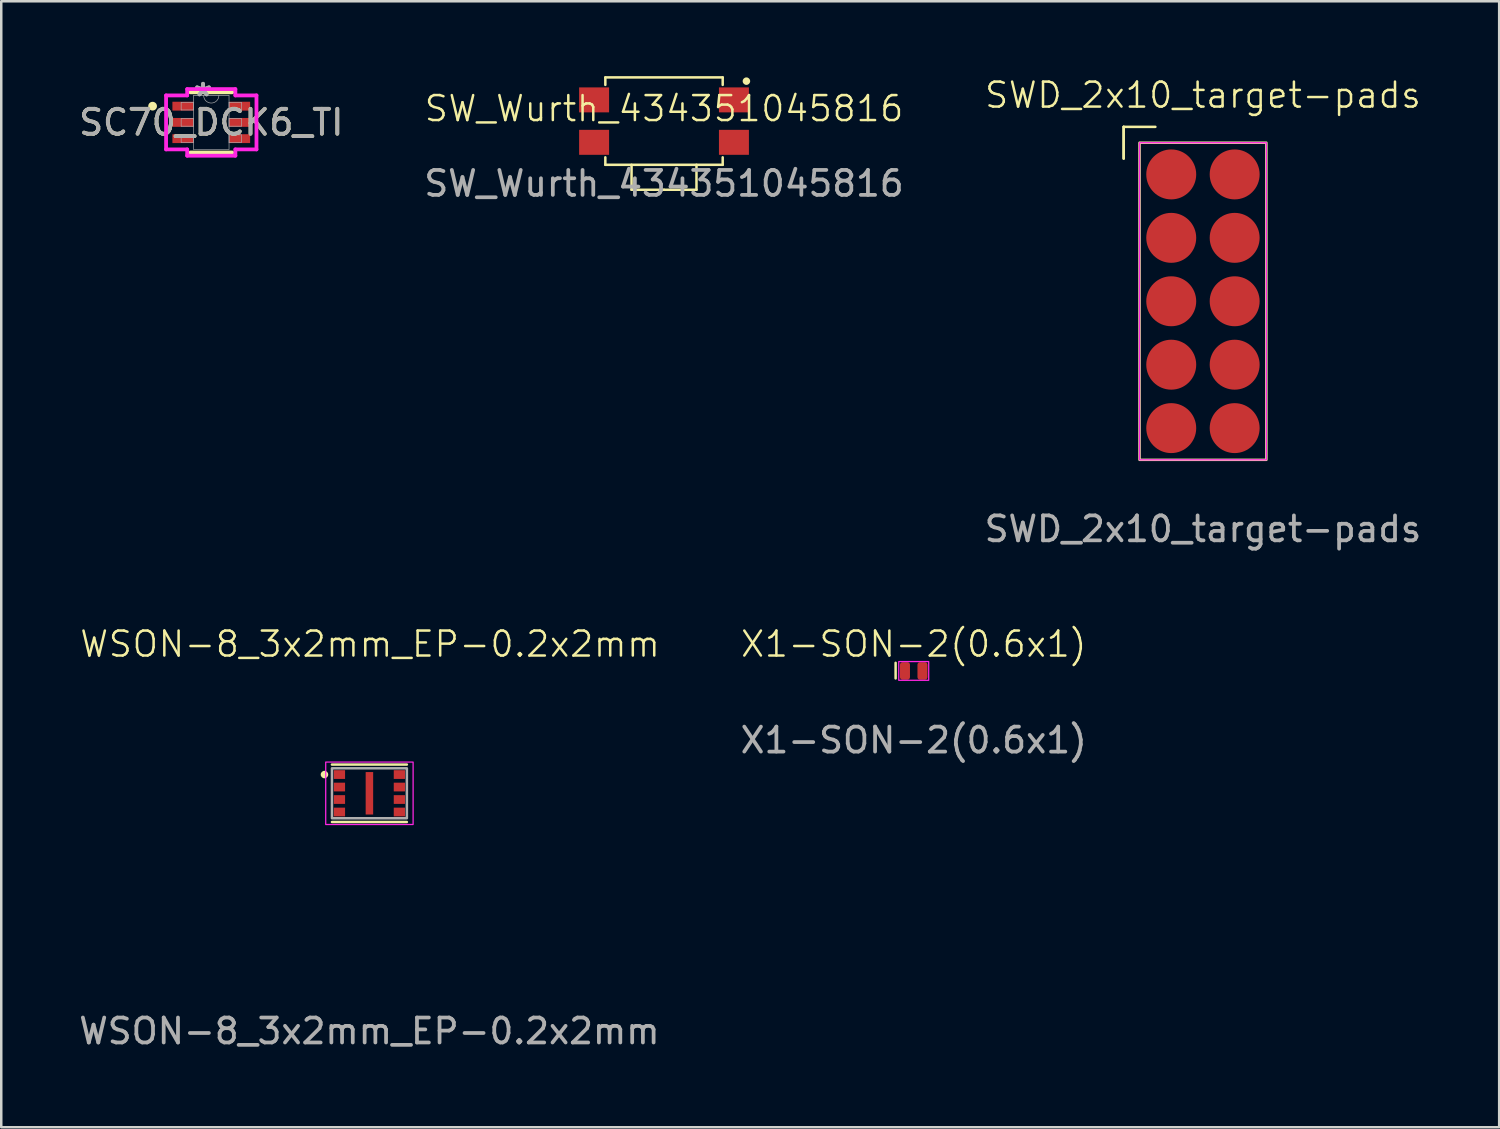
<source format=kicad_pcb>
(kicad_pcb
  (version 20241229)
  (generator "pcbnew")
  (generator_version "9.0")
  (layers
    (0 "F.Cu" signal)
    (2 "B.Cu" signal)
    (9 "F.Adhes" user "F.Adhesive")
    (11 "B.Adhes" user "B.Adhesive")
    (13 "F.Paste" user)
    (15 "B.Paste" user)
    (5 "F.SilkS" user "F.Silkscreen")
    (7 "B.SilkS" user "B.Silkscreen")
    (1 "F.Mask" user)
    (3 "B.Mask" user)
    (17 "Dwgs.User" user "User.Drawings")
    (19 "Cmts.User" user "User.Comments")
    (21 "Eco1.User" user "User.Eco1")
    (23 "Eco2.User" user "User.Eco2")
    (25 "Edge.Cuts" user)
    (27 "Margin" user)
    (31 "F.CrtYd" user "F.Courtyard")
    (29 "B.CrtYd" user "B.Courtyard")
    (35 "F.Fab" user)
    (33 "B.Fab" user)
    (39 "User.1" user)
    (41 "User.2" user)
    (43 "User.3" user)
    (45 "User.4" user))
  (footprint "SC70_DCK6_TI"
    (layer "F.Cu")
    (at 5.411 1.852)
    (property "Reference" "SC70_DCK6_TI" (at 0 0 0) (unlocked yes) (layer "F.SilkS") (effects (font (size 1 1) (thickness 0.15))))
    (attr smd)
    (fp_line (start -0.838 1.206) (end 0.838 1.206) (stroke (width 0.152) (type solid)) (layer "F.SilkS"))
    (fp_line (start 0.838 -1.206) (end -0.838 -1.206) (stroke (width 0.152) (type solid)) (layer "F.SilkS"))
    (fp_circle (center -2.35 -0.65) (end -2.225 -0.65) (stroke (width 0.1) (type solid)) (fill yes) (layer "F.SilkS"))
    (fp_line (start -1.81 -1.081) (end -0.965 -1.081) (stroke (width 0.152) (type solid)) (layer "F.CrtYd"))
    (fp_line (start -1.81 1.081) (end -1.81 -1.081) (stroke (width 0.152) (type solid)) (layer "F.CrtYd"))
    (fp_line (start -1.81 1.081) (end -0.965 1.081) (stroke (width 0.152) (type solid)) (layer "F.CrtYd"))
    (fp_line (start -0.965 -1.333) (end 0.965 -1.333) (stroke (width 0.152) (type solid)) (layer "F.CrtYd"))
    (fp_line (start -0.965 -1.081) (end -0.965 -1.333) (stroke (width 0.152) (type solid)) (layer "F.CrtYd"))
    (fp_line (start -0.965 1.333) (end -0.965 1.081) (stroke (width 0.152) (type solid)) (layer "F.CrtYd"))
    (fp_line (start 0.965 -1.333) (end 0.965 -1.081) (stroke (width 0.152) (type solid)) (layer "F.CrtYd"))
    (fp_line (start 0.965 1.081) (end 0.965 1.333) (stroke (width 0.152) (type solid)) (layer "F.CrtYd"))
    (fp_line (start 0.965 1.333) (end -0.965 1.333) (stroke (width 0.152) (type solid)) (layer "F.CrtYd"))
    (fp_line (start 1.81 -1.081) (end 0.965 -1.081) (stroke (width 0.152) (type solid)) (layer "F.CrtYd"))
    (fp_line (start 1.81 -1.081) (end 1.81 1.081) (stroke (width 0.152) (type solid)) (layer "F.CrtYd"))
    (fp_line (start 1.81 1.081) (end 0.965 1.081) (stroke (width 0.152) (type solid)) (layer "F.CrtYd"))
    (fp_line (start -1.206 -0.802) (end -1.206 -0.498) (stroke (width 0.025) (type solid)) (layer "F.Fab"))
    (fp_line (start -1.206 -0.498) (end -0.711 -0.498) (stroke (width 0.025) (type solid)) (layer "F.Fab"))
    (fp_line (start -1.206 -0.152) (end -1.206 0.152) (stroke (width 0.025) (type solid)) (layer "F.Fab"))
    (fp_line (start -1.206 0.152) (end -0.711 0.152) (stroke (width 0.025) (type solid)) (layer "F.Fab"))
    (fp_line (start -1.206 0.498) (end -1.206 0.802) (stroke (width 0.025) (type solid)) (layer "F.Fab"))
    (fp_line (start -1.206 0.802) (end -0.711 0.802) (stroke (width 0.025) (type solid)) (layer "F.Fab"))
    (fp_line (start -0.711 -1.079) (end -0.711 1.079) (stroke (width 0.025) (type solid)) (layer "F.Fab"))
    (fp_line (start -0.711 -0.802) (end -1.206 -0.802) (stroke (width 0.025) (type solid)) (layer "F.Fab"))
    (fp_line (start -0.711 -0.498) (end -0.711 -0.802) (stroke (width 0.025) (type solid)) (layer "F.Fab"))
    (fp_line (start -0.711 -0.152) (end -1.206 -0.152) (stroke (width 0.025) (type solid)) (layer "F.Fab"))
    (fp_line (start -0.711 0.152) (end -0.711 -0.152) (stroke (width 0.025) (type solid)) (layer "F.Fab"))
    (fp_line (start -0.711 0.498) (end -1.206 0.498) (stroke (width 0.025) (type solid)) (layer "F.Fab"))
    (fp_line (start -0.711 0.802) (end -0.711 0.498) (stroke (width 0.025) (type solid)) (layer "F.Fab"))
    (fp_line (start -0.711 1.079) (end 0.711 1.079) (stroke (width 0.025) (type solid)) (layer "F.Fab"))
    (fp_line (start 0.711 -1.079) (end -0.711 -1.079) (stroke (width 0.025) (type solid)) (layer "F.Fab"))
    (fp_line (start 0.711 -0.802) (end 0.711 -0.498) (stroke (width 0.025) (type solid)) (layer "F.Fab"))
    (fp_line (start 0.711 -0.498) (end 1.206 -0.498) (stroke (width 0.025) (type solid)) (layer "F.Fab"))
    (fp_line (start 0.711 -0.152) (end 0.711 0.152) (stroke (width 0.025) (type solid)) (layer "F.Fab"))
    (fp_line (start 0.711 0.152) (end 1.206 0.152) (stroke (width 0.025) (type solid)) (layer "F.Fab"))
    (fp_line (start 0.711 0.498) (end 0.711 0.802) (stroke (width 0.025) (type solid)) (layer "F.Fab"))
    (fp_line (start 0.711 0.802) (end 1.206 0.802) (stroke (width 0.025) (type solid)) (layer "F.Fab"))
    (fp_line (start 0.711 1.079) (end 0.711 -1.079) (stroke (width 0.025) (type solid)) (layer "F.Fab"))
    (fp_line (start 1.206 -0.802) (end 0.711 -0.802) (stroke (width 0.025) (type solid)) (layer "F.Fab"))
    (fp_line (start 1.206 -0.498) (end 1.206 -0.802) (stroke (width 0.025) (type solid)) (layer "F.Fab"))
    (fp_line (start 1.206 -0.152) (end 0.711 -0.152) (stroke (width 0.025) (type solid)) (layer "F.Fab"))
    (fp_line (start 1.206 0.152) (end 1.206 -0.152) (stroke (width 0.025) (type solid)) (layer "F.Fab"))
    (fp_line (start 1.206 0.498) (end 0.711 0.498) (stroke (width 0.025) (type solid)) (layer "F.Fab"))
    (fp_line (start 1.206 0.802) (end 1.206 0.498) (stroke (width 0.025) (type solid)) (layer "F.Fab"))
    (fp_arc (start 0.3048 -1.0795) (mid 0 -0.7747) (end -0.3048 -1.0795) (stroke (width 0.0254) (type solid)) (layer "F.Fab"))
    (fp_text user "*" (at -0.33 -1.003 0) (unlocked yes) (layer "F.Fab") (effects (font (size 1 1) (thickness 0.15))))
    (fp_text user "*" (at -0.33 -1.003 0) (layer "F.Fab") (effects (font (size 1 1) (thickness 0.15))))
    (fp_text user "${REFERENCE}" (at 0 0 0) (unlocked yes) (layer "F.Fab") (effects (font (size 1 1) (thickness 0.15))))
    (pad "1" smd rect (at -1.134 -0.65) (size 0.845 0.355) (layers "F.Cu" "F.Mask" "F.Paste"))
    (pad "2" smd rect (at -1.134 0) (size 0.845 0.355) (layers "F.Cu" "F.Mask" "F.Paste"))
    (pad "3" smd rect (at -1.134 0.65) (size 0.845 0.355) (layers "F.Cu" "F.Mask" "F.Paste"))
    (pad "4" smd rect (at 1.134 0.65) (size 0.845 0.355) (layers "F.Cu" "F.Mask" "F.Paste"))
    (pad "5" smd rect (at 1.134 0) (size 0.845 0.355) (layers "F.Cu" "F.Mask" "F.Paste"))
    (pad "6" smd rect (at 1.134 -0.65) (size 0.845 0.355) (layers "F.Cu" "F.Mask" "F.Paste")))
  (footprint "WSON-8_3x2mm_EP-0.2x2mm"
    (layer "F.Cu")
    (at 11.744 28.719)
    (property "Reference" "WSON-8_3x2mm_EP-0.2x2mm" (at 0.025 -5.975 0) (unlocked yes) (layer "F.SilkS") (effects (font (size 1 1) (thickness 0.1))))
    (attr smd)
    (fp_line (start -1.5 -1.15) (end 1.5 -1.15) (stroke (width 0.1) (type default)) (layer "F.SilkS"))
    (fp_line (start -1.5 1.15) (end 1.5 1.15) (stroke (width 0.1) (type default)) (layer "F.SilkS"))
    (fp_circle (center -1.8 -0.75) (end -1.7 -0.75) (stroke (width 0.1) (type solid)) (fill yes) (layer "F.SilkS"))
    (fp_rect (start -1.75 -1.25) (end 1.75 1.25) (stroke (width 0.05) (type default)) (fill no) (layer "F.CrtYd"))
    (fp_rect (start -1.5 -1) (end 1.5 1) (stroke (width 0.1) (type default)) (fill no) (layer "F.Fab"))
    (fp_text user "${REFERENCE}" (at 0 9.525 0) (unlocked yes) (layer "F.Fab") (effects (font (size 1 1) (thickness 0.15))))
    (pad "1" smd rect (at -1.2 -0.75) (size 0.45 0.35) (layers "F.Cu" "F.Mask" "F.Paste"))
    (pad "2" smd rect (at -1.2 -0.25) (size 0.45 0.35) (layers "F.Cu" "F.Mask" "F.Paste"))
    (pad "3" smd rect (at -1.2 0.25) (size 0.45 0.35) (layers "F.Cu" "F.Mask" "F.Paste"))
    (pad "4" smd rect (at -1.2 0.75) (size 0.45 0.35) (layers "F.Cu" "F.Mask" "F.Paste"))
    (pad "5" smd rect (at 1.2 0.75) (size 0.45 0.35) (layers "F.Cu" "F.Mask" "F.Paste"))
    (pad "6" smd rect (at 1.2 0.25) (size 0.45 0.35) (layers "F.Cu" "F.Mask" "F.Paste"))
    (pad "7" smd rect (at 1.2 -0.25) (size 0.45 0.35) (layers "F.Cu" "F.Mask" "F.Paste"))
    (pad "8" smd rect (at 1.2 -0.75) (size 0.45 0.35) (layers "F.Cu" "F.Mask" "F.Paste"))
    (pad "9" smd rect (at 0 0) (size 0.3 1.7) (layers "F.Cu" "F.Mask" "F.Paste")))
  (footprint "SWD_2x10_target-pads"
    (layer "F.Cu")
    (at 45.125 9.015)
    (property "Reference" "SWD_2x10_target-pads" (at 0 -8.255 0) (unlocked yes) (layer "F.SilkS") (effects (font (size 1 1) (thickness 0.1))))
    (attr smd)
    (fp_line (start -3.175 -6.985) (end -3.175 -5.715) (stroke (width 0.1) (type default)) (layer "F.SilkS"))
    (fp_line (start -3.175 -6.985) (end -1.905 -6.985) (stroke (width 0.1) (type default)) (layer "F.SilkS"))
    (fp_line (start -3.175 -5.715) (end -3.175 -6.985) (stroke (width 0.1) (type default)) (layer "F.SilkS"))
    (fp_rect (start -2.54 -6.35) (end 2.54 6.35) (stroke (width 0.1) (type default)) (fill no) (layer "F.SilkS"))
    (fp_rect (start -2.54 -6.35) (end 2.54 6.35) (stroke (width 0.05) (type default)) (fill no) (layer "F.CrtYd"))
    (fp_text user "${REFERENCE}" (at 0 9.12 0) (unlocked yes) (layer "F.Fab") (effects (font (size 1 1) (thickness 0.15))))
    (pad "1" smd circle (at -1.27 -5.08) (size 2 2) (layers "F.Cu" "F.Mask" "F.Paste"))
    (pad "2" smd circle (at 1.27 -5.08) (size 2 2) (layers "F.Cu" "F.Mask" "F.Paste"))
    (pad "3" smd circle (at -1.27 -2.54) (size 2 2) (layers "F.Cu" "F.Mask" "F.Paste"))
    (pad "4" smd circle (at 1.27 -2.54) (size 2 2) (layers "F.Cu" "F.Mask" "F.Paste"))
    (pad "5" smd circle (at -1.27 0) (size 2 2) (layers "F.Cu" "F.Mask" "F.Paste"))
    (pad "6" smd circle (at 1.27 0) (size 2 2) (layers "F.Cu" "F.Mask" "F.Paste"))
    (pad "7" smd circle (at -1.27 2.54) (size 2 2) (layers "F.Cu" "F.Mask" "F.Paste"))
    (pad "8" smd circle (at 1.27 2.54) (size 2 2) (layers "F.Cu" "F.Mask" "F.Paste"))
    (pad "9" smd circle (at -1.27 5.08) (size 2 2) (layers "F.Cu" "F.Mask" "F.Paste"))
    (pad "10" smd circle (at 1.27 5.08) (size 2 2) (layers "F.Cu" "F.Mask" "F.Paste")))
  (footprint "X1-SON-2(0.6x1)"
    (layer "F.Cu")
    (at 33.542 23.819)
    (property "Reference" "X1-SON-2(0.6x1)" (at 0 -1.075 0) (unlocked yes) (layer "F.SilkS") (effects (font (size 1 1) (thickness 0.1))))
    (attr smd)
    (fp_line (start -0.725 -0.325) (end -0.725 0.3) (stroke (width 0.1) (type default)) (layer "F.SilkS"))
    (fp_rect (start -0.6 -0.375) (end 0.6 0.375) (stroke (width 0.05) (type default)) (fill no) (layer "F.CrtYd"))
    (fp_text user "${REFERENCE}" (at 0 2.775 0) (unlocked yes) (layer "F.Fab") (effects (font (size 1 1) (thickness 0.15))))
    (pad "1" smd roundrect (at -0.35 0) (size 0.4 0.7) (layers "F.Cu" "F.Mask" "F.Paste") (roundrect_rratio 0.25))
    (pad "2" smd roundrect (at 0.35 0) (size 0.4 0.7) (layers "F.Cu" "F.Mask" "F.Paste") (roundrect_rratio 0.25)))
  (footprint "SW_Wurth_434351045816"
    (layer "F.Cu")
    (at 23.542 1.8)
    (property "Reference" "SW_Wurth_434351045816" (at 0 -0.5 0) (unlocked yes) (layer "F.SilkS") (effects (font (size 1 1) (thickness 0.1))))
    (attr smd)
    (fp_line (start -2.35 -1.75) (end -2.35 -1.45) (stroke (width 0.1) (type solid)) (layer "F.SilkS"))
    (fp_line (start -2.35 -1.75) (end 2.35 -1.75) (stroke (width 0.1) (type solid)) (layer "F.SilkS"))
    (fp_line (start -2.35 1.75) (end -2.35 1.45) (stroke (width 0.1) (type solid)) (layer "F.SilkS"))
    (fp_line (start -2.35 1.75) (end 2.35 1.75) (stroke (width 0.1) (type solid)) (layer "F.SilkS"))
    (fp_line (start -1.3 1.75) (end -1.3 2.75) (stroke (width 0.1) (type solid)) (layer "F.SilkS"))
    (fp_line (start -1.3 2.75) (end 0 2.75) (stroke (width 0.1) (type solid)) (layer "F.SilkS"))
    (fp_line (start 0 2.75) (end 1.3 2.75) (stroke (width 0.1) (type solid)) (layer "F.SilkS"))
    (fp_line (start 1.3 1.75) (end 1.3 2.75) (stroke (width 0.1) (type solid)) (layer "F.SilkS"))
    (fp_line (start 2.35 -1.75) (end 2.35 -1.45) (stroke (width 0.1) (type solid)) (layer "F.SilkS"))
    (fp_line (start 2.35 1.75) (end 2.35 1.45) (stroke (width 0.1) (type solid)) (layer "F.SilkS"))
    (fp_circle (center 3.3 -1.6) (end 3.4 -1.6) (stroke (width 0.1) (type solid)) (fill yes) (layer "F.SilkS"))
    (fp_text user "${REFERENCE}" (at 0 2.5 0) (unlocked yes) (layer "F.Fab") (effects (font (size 1 1) (thickness 0.15))))
    (pad "1" smd rect (at 2.8 -0.85) (size 1.2 1) (layers "F.Cu" "F.Mask" "F.Paste"))
    (pad "2" smd rect (at 2.8 0.85) (size 1.2 1) (layers "F.Cu" "F.Mask" "F.Paste"))
    (pad "3" smd rect (at -2.8 -0.85) (size 1.2 1) (layers "F.Cu" "F.Mask" "F.Paste"))
    (pad "4" smd rect (at -2.8 0.85) (size 1.2 1) (layers "F.Cu" "F.Mask" "F.Paste")))
  (gr_rect
    (start -3 -3)
    (end 56.988 42.093)
    (stroke (width 0.1) (type default))
    (fill no)
    (layer "Edge.Cuts")))
</source>
